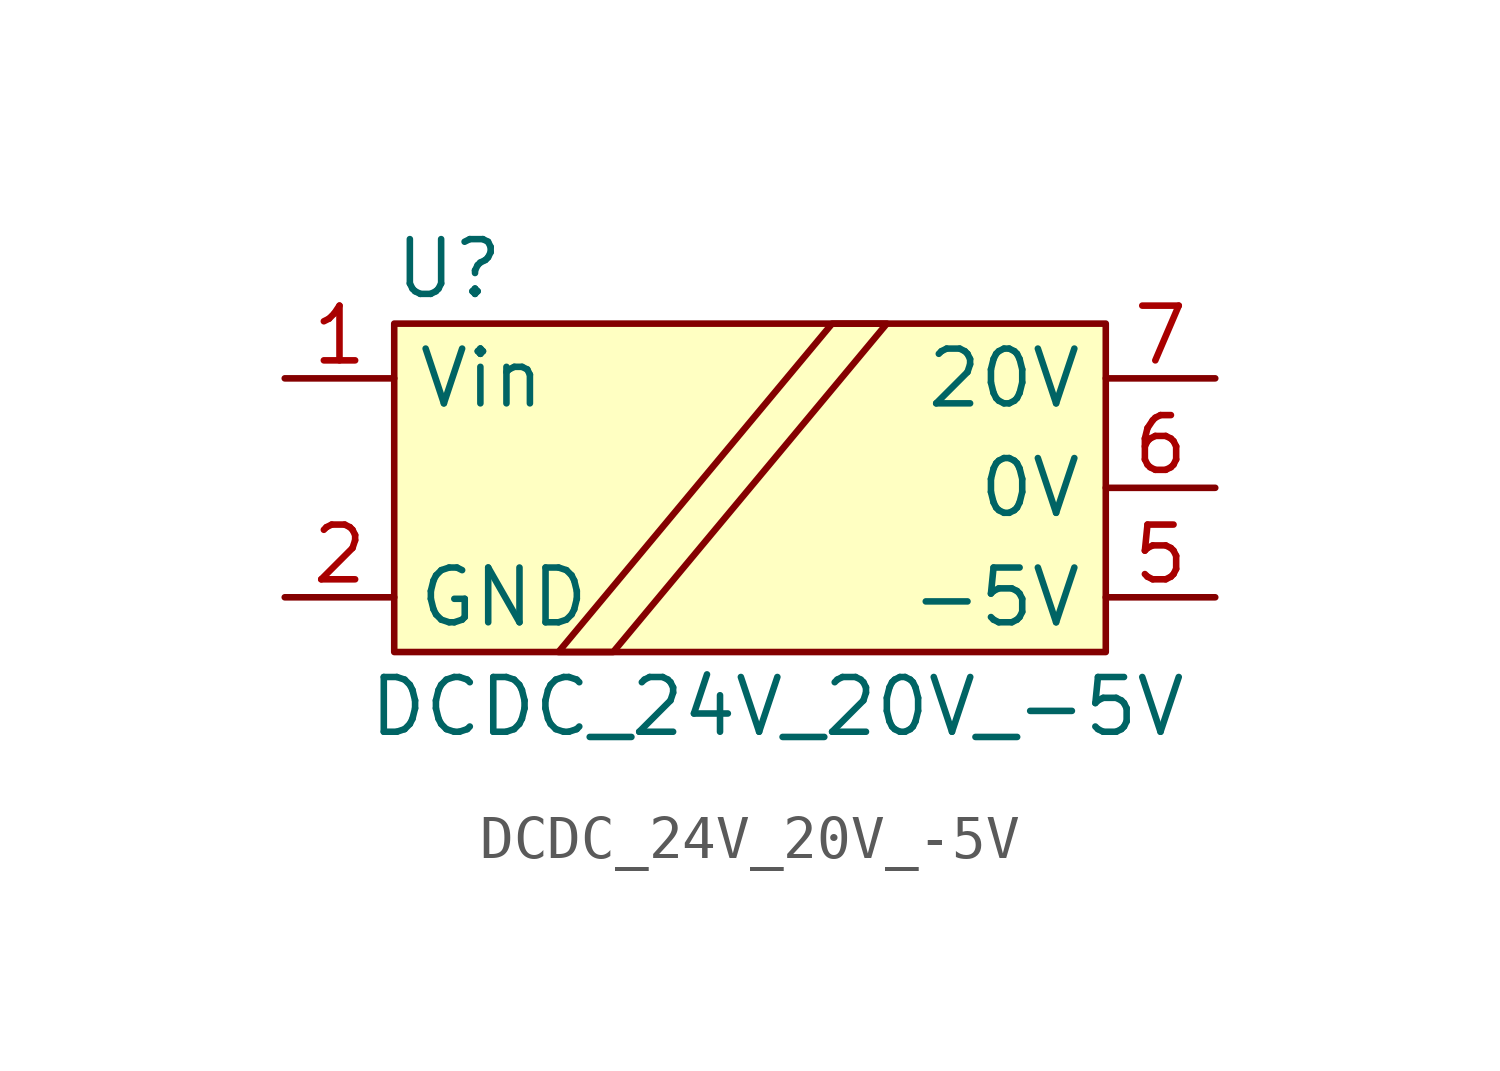
<source format=kicad_sym>
(kicad_symbol_lib
  (version 20220914)
  (generator kicad_symbol_editor)
  (symbol "DCDC_24V_20V_-5V"
    (property "Reference" "U"
      (at -6.35 5.08 0)
      (effects (font (size 1.27 1.27))))
    (property "Value" "DCDC_24V_20V_-5V"
      (at 1.27 -5.08 0)
      (effects (font (size 1.27 1.27))))
    (symbol "DCDC_24V_20V_-5V_0_1"
      (rectangle (start -7.62 3.81) (end 8.89 -3.81) (stroke (width 0) (type default)) (fill (type background)))
      (polyline (pts (xy -3.81 -3.81) (xy 2.54 3.81) (xy 3.81 3.81) (xy -2.54 -3.81) (xy -3.81 -3.81)) (stroke (width 0) (type default)) (fill (type none))))
    (symbol "DCDC_24V_20V_-5V_1_1"
      (pin power_in line (at -10.16 2.54 0) (length 2.54) (name "Vin" (effects (font (size 1.27 1.27)))) (number "1" (effects (font (size 1.27 1.27)))))
      (pin power_in line (at -10.16 -2.54 0) (length 2.54) (name "GND" (effects (font (size 1.27 1.27)))) (number "2" (effects (font (size 1.27 1.27)))))
      (pin power_out line (at 11.43 -2.54 180) (length 2.54) (name "-5V" (effects (font (size 1.27 1.27)))) (number "5" (effects (font (size 1.27 1.27)))))
      (pin power_out line (at 11.43 0 180) (length 2.54) (name "0V" (effects (font (size 1.27 1.27)))) (number "6" (effects (font (size 1.27 1.27)))))
      (pin power_out line (at 11.43 2.54 180) (length 2.54) (name "20V" (effects (font (size 1.27 1.27)))) (number "7" (effects (font (size 1.27 1.27))))))))
</source>
